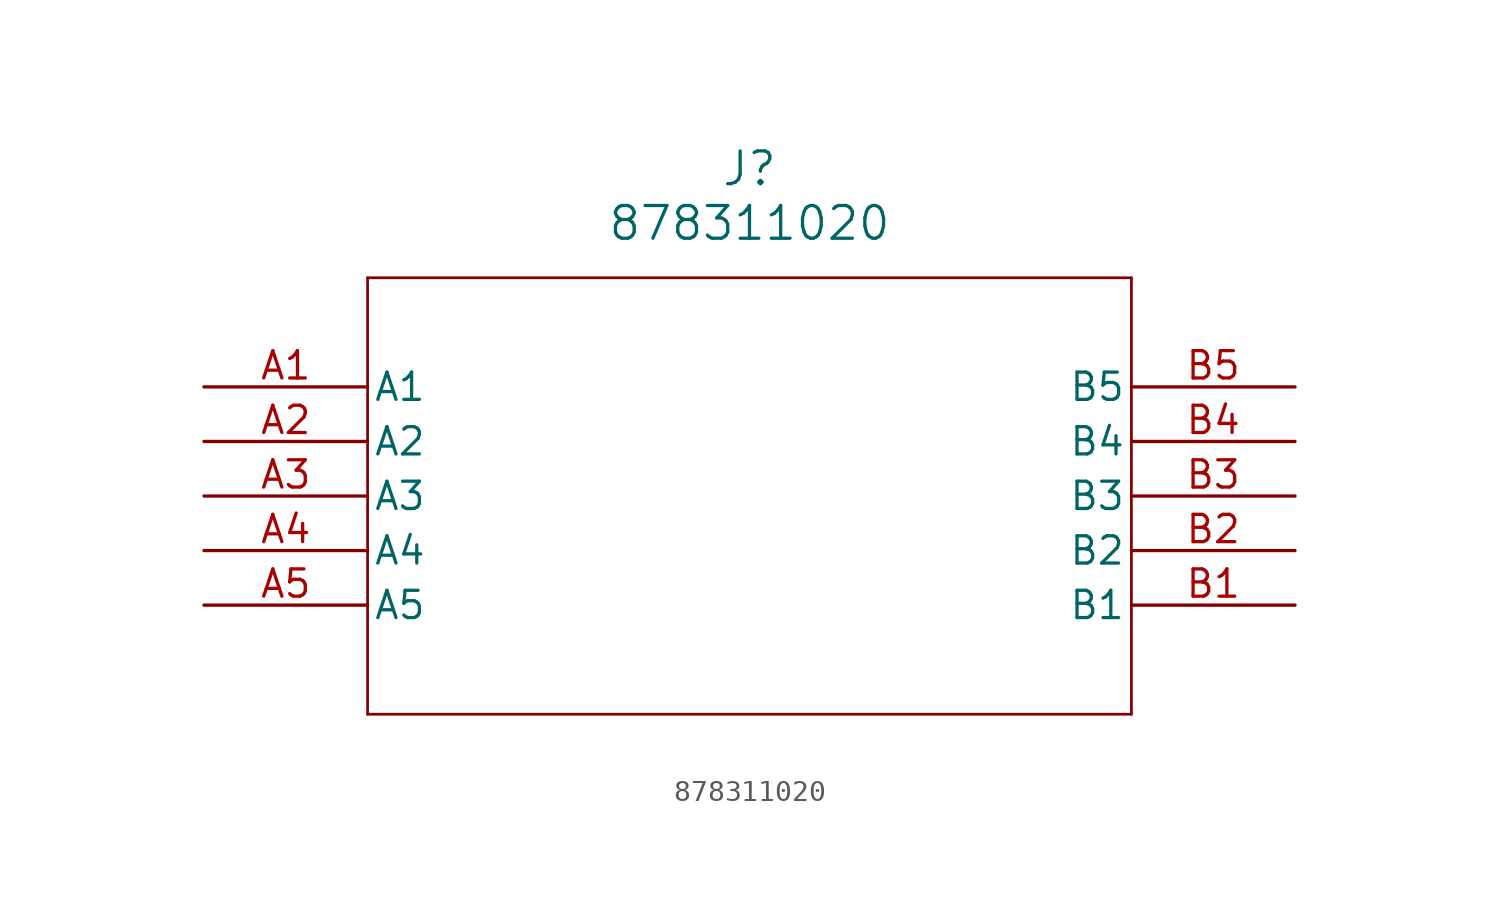
<source format=kicad_sym>
(kicad_symbol_lib
  (version 20211014)
  (generator kicad_symbol_editor)
  (symbol "878311020"
    (pin_names
      (offset 0.254))
    (property "Reference" "J"
      (at 25.4 10.16 0)
      (effects (font (size 1.524 1.524))))
    (property "Value" "878311020"
      (at 25.4 7.62 0)
      (effects (font (size 1.524 1.524))))
    (symbol "878311020_0_1"
      (polyline (pts (xy 7.62 5.08) (xy 7.62 -15.24)) (stroke (width 0.127) (type default) (color 0 0 0 0)) (fill (type none)))
      (polyline (pts (xy 7.62 -15.24) (xy 43.18 -15.24)) (stroke (width 0.127) (type default) (color 0 0 0 0)) (fill (type none)))
      (polyline (pts (xy 43.18 -15.24) (xy 43.18 5.08)) (stroke (width 0.127) (type default) (color 0 0 0 0)) (fill (type none)))
      (polyline (pts (xy 43.18 5.08) (xy 7.62 5.08)) (stroke (width 0.127) (type default) (color 0 0 0 0)) (fill (type none)))
      (pin unspecified line (at 0 0 0) (length 7.62) (name "A1" (effects (font (size 1.27 1.27)))) (number "A1" (effects (font (size 1.27 1.27)))))
      (pin unspecified line (at 0 -2.54 0) (length 7.62) (name "A2" (effects (font (size 1.27 1.27)))) (number "A2" (effects (font (size 1.27 1.27)))))
      (pin unspecified line (at 0 -5.08 0) (length 7.62) (name "A3" (effects (font (size 1.27 1.27)))) (number "A3" (effects (font (size 1.27 1.27)))))
      (pin unspecified line (at 0 -7.62 0) (length 7.62) (name "A4" (effects (font (size 1.27 1.27)))) (number "A4" (effects (font (size 1.27 1.27)))))
      (pin unspecified line (at 0 -10.16 0) (length 7.62) (name "A5" (effects (font (size 1.27 1.27)))) (number "A5" (effects (font (size 1.27 1.27)))))
      (pin unspecified line (at 50.8 -10.16 180) (length 7.62) (name "B1" (effects (font (size 1.27 1.27)))) (number "B1" (effects (font (size 1.27 1.27)))))
      (pin unspecified line (at 50.8 -7.62 180) (length 7.62) (name "B2" (effects (font (size 1.27 1.27)))) (number "B2" (effects (font (size 1.27 1.27)))))
      (pin unspecified line (at 50.8 -5.08 180) (length 7.62) (name "B3" (effects (font (size 1.27 1.27)))) (number "B3" (effects (font (size 1.27 1.27)))))
      (pin unspecified line (at 50.8 -2.54 180) (length 7.62) (name "B4" (effects (font (size 1.27 1.27)))) (number "B4" (effects (font (size 1.27 1.27)))))
      (pin unspecified line (at 50.8 0 180) (length 7.62) (name "B5" (effects (font (size 1.27 1.27)))) (number "B5" (effects (font (size 1.27 1.27))))))))
</source>
